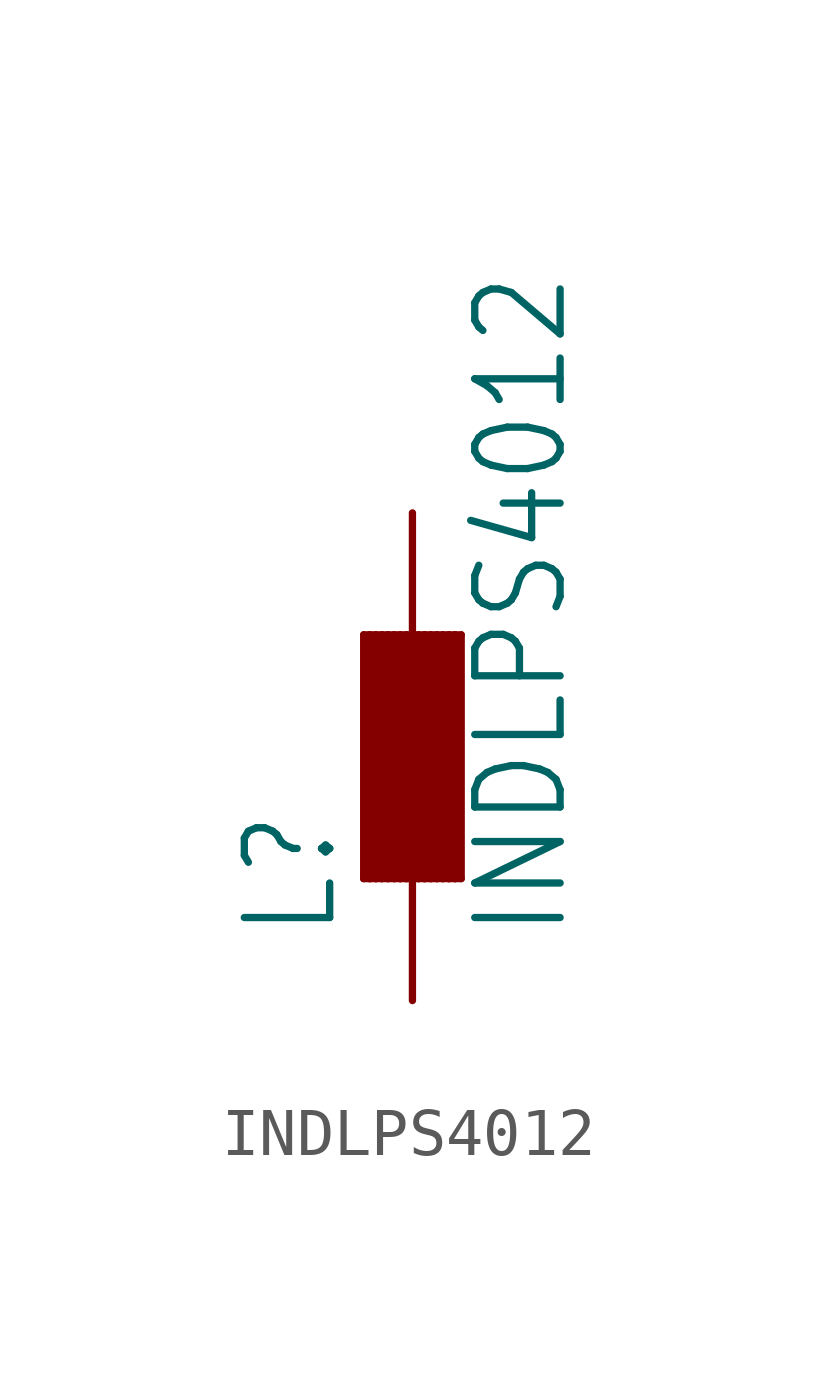
<source format=kicad_sym>
(kicad_symbol_lib
  (version 20211014)
  (generator kicad_symbol_editor)
  (symbol "INDLPS4012"
    (property "Reference" "L"
      (at -1.499 -3.81 90)
      (effects (font (size 1.778 1.511)) (justify left bottom)))
    (property "Value" "INDLPS4012"
      (at 3.302 -3.81 90)
      (effects (font (size 1.778 1.511)) (justify left bottom)))
    (property "ki_locked" ""
      (at 0 0 0)
      (effects (font (size 1.27 1.27))))
    (symbol "INDLPS4012_1_0"
      (polyline (pts (xy -1.016 2.54) (xy -1.016 -2.54)) (stroke (width 0.152) (type default) (color 0 0 0 0)) (fill (type none)))
      (polyline (pts (xy -1.016 2.54) (xy -0.889 2.54)) (stroke (width 0.152) (type default) (color 0 0 0 0)) (fill (type none)))
      (polyline (pts (xy -0.889 -2.54) (xy -1.016 -2.54)) (stroke (width 0.152) (type default) (color 0 0 0 0)) (fill (type none)))
      (polyline (pts (xy -0.889 2.54) (xy -0.889 -2.54)) (stroke (width 0.152) (type default) (color 0 0 0 0)) (fill (type none)))
      (polyline (pts (xy -0.889 2.54) (xy -0.762 2.54)) (stroke (width 0.152) (type default) (color 0 0 0 0)) (fill (type none)))
      (polyline (pts (xy -0.762 -2.54) (xy -0.889 -2.54)) (stroke (width 0.152) (type default) (color 0 0 0 0)) (fill (type none)))
      (polyline (pts (xy -0.762 2.54) (xy -0.762 -2.54)) (stroke (width 0.152) (type default) (color 0 0 0 0)) (fill (type none)))
      (polyline (pts (xy -0.762 2.54) (xy -0.635 2.54)) (stroke (width 0.152) (type default) (color 0 0 0 0)) (fill (type none)))
      (polyline (pts (xy -0.635 -2.54) (xy -0.762 -2.54)) (stroke (width 0.152) (type default) (color 0 0 0 0)) (fill (type none)))
      (polyline (pts (xy -0.635 2.54) (xy -0.635 -2.54)) (stroke (width 0.152) (type default) (color 0 0 0 0)) (fill (type none)))
      (polyline (pts (xy -0.635 2.54) (xy -0.508 2.54)) (stroke (width 0.152) (type default) (color 0 0 0 0)) (fill (type none)))
      (polyline (pts (xy -0.508 -2.54) (xy -0.635 -2.54)) (stroke (width 0.152) (type default) (color 0 0 0 0)) (fill (type none)))
      (polyline (pts (xy -0.508 2.54) (xy -0.508 -2.54)) (stroke (width 0.152) (type default) (color 0 0 0 0)) (fill (type none)))
      (polyline (pts (xy -0.508 2.54) (xy -0.381 2.54)) (stroke (width 0.152) (type default) (color 0 0 0 0)) (fill (type none)))
      (polyline (pts (xy -0.381 -2.54) (xy -0.508 -2.54)) (stroke (width 0.152) (type default) (color 0 0 0 0)) (fill (type none)))
      (polyline (pts (xy -0.381 2.54) (xy -0.381 -2.54)) (stroke (width 0.152) (type default) (color 0 0 0 0)) (fill (type none)))
      (polyline (pts (xy -0.381 2.54) (xy -0.254 2.54)) (stroke (width 0.152) (type default) (color 0 0 0 0)) (fill (type none)))
      (polyline (pts (xy -0.254 -2.54) (xy -0.381 -2.54)) (stroke (width 0.152) (type default) (color 0 0 0 0)) (fill (type none)))
      (polyline (pts (xy -0.254 2.54) (xy -0.254 -2.54)) (stroke (width 0.152) (type default) (color 0 0 0 0)) (fill (type none)))
      (polyline (pts (xy -0.254 2.54) (xy -0.127 2.54)) (stroke (width 0.152) (type default) (color 0 0 0 0)) (fill (type none)))
      (polyline (pts (xy -0.127 -2.54) (xy -0.254 -2.54)) (stroke (width 0.152) (type default) (color 0 0 0 0)) (fill (type none)))
      (polyline (pts (xy -0.127 2.54) (xy -0.127 -2.54)) (stroke (width 0.152) (type default) (color 0 0 0 0)) (fill (type none)))
      (polyline (pts (xy -0.127 2.54) (xy 0 2.54)) (stroke (width 0.152) (type default) (color 0 0 0 0)) (fill (type none)))
      (polyline (pts (xy 0 -2.54) (xy -0.127 -2.54)) (stroke (width 0.152) (type default) (color 0 0 0 0)) (fill (type none)))
      (polyline (pts (xy 0 2.54) (xy 0 -2.54)) (stroke (width 0.152) (type default) (color 0 0 0 0)) (fill (type none)))
      (polyline (pts (xy 0 2.54) (xy 0.127 2.54)) (stroke (width 0.152) (type default) (color 0 0 0 0)) (fill (type none)))
      (polyline (pts (xy 0.127 -2.54) (xy 0 -2.54)) (stroke (width 0.152) (type default) (color 0 0 0 0)) (fill (type none)))
      (polyline (pts (xy 0.127 2.54) (xy 0.127 -2.54)) (stroke (width 0.152) (type default) (color 0 0 0 0)) (fill (type none)))
      (polyline (pts (xy 0.127 2.54) (xy 0.254 2.54)) (stroke (width 0.152) (type default) (color 0 0 0 0)) (fill (type none)))
      (polyline (pts (xy 0.254 -2.54) (xy 0.127 -2.54)) (stroke (width 0.152) (type default) (color 0 0 0 0)) (fill (type none)))
      (polyline (pts (xy 0.254 2.54) (xy 0.254 -2.54)) (stroke (width 0.152) (type default) (color 0 0 0 0)) (fill (type none)))
      (polyline (pts (xy 0.254 2.54) (xy 0.381 2.54)) (stroke (width 0.152) (type default) (color 0 0 0 0)) (fill (type none)))
      (polyline (pts (xy 0.381 -2.54) (xy 0.254 -2.54)) (stroke (width 0.152) (type default) (color 0 0 0 0)) (fill (type none)))
      (polyline (pts (xy 0.381 2.54) (xy 0.381 -2.54)) (stroke (width 0.152) (type default) (color 0 0 0 0)) (fill (type none)))
      (polyline (pts (xy 0.381 2.54) (xy 0.508 2.54)) (stroke (width 0.152) (type default) (color 0 0 0 0)) (fill (type none)))
      (polyline (pts (xy 0.508 -2.54) (xy 0.381 -2.54)) (stroke (width 0.152) (type default) (color 0 0 0 0)) (fill (type none)))
      (polyline (pts (xy 0.508 2.54) (xy 0.508 -2.54)) (stroke (width 0.152) (type default) (color 0 0 0 0)) (fill (type none)))
      (polyline (pts (xy 0.508 2.54) (xy 0.635 2.54)) (stroke (width 0.152) (type default) (color 0 0 0 0)) (fill (type none)))
      (polyline (pts (xy 0.635 -2.54) (xy 0.508 -2.54)) (stroke (width 0.152) (type default) (color 0 0 0 0)) (fill (type none)))
      (polyline (pts (xy 0.635 2.54) (xy 0.635 -2.54)) (stroke (width 0.152) (type default) (color 0 0 0 0)) (fill (type none)))
      (polyline (pts (xy 0.635 2.54) (xy 0.762 2.54)) (stroke (width 0.152) (type default) (color 0 0 0 0)) (fill (type none)))
      (polyline (pts (xy 0.762 -2.54) (xy 0.635 -2.54)) (stroke (width 0.152) (type default) (color 0 0 0 0)) (fill (type none)))
      (polyline (pts (xy 0.762 2.54) (xy 0.762 -2.54)) (stroke (width 0.152) (type default) (color 0 0 0 0)) (fill (type none)))
      (polyline (pts (xy 0.762 2.54) (xy 0.889 2.54)) (stroke (width 0.152) (type default) (color 0 0 0 0)) (fill (type none)))
      (polyline (pts (xy 0.889 -2.54) (xy 0.762 -2.54)) (stroke (width 0.152) (type default) (color 0 0 0 0)) (fill (type none)))
      (polyline (pts (xy 0.889 2.54) (xy 0.889 -2.54)) (stroke (width 0.152) (type default) (color 0 0 0 0)) (fill (type none)))
      (polyline (pts (xy 0.889 2.54) (xy 1.016 2.54)) (stroke (width 0.152) (type default) (color 0 0 0 0)) (fill (type none)))
      (polyline (pts (xy 1.016 -2.54) (xy 0.889 -2.54)) (stroke (width 0.152) (type default) (color 0 0 0 0)) (fill (type none)))
      (polyline (pts (xy 1.016 2.54) (xy 1.016 -2.54)) (stroke (width 0.152) (type default) (color 0 0 0 0)) (fill (type none)))
      (pin passive line (at 0 5.08 270) (length 2.54) (name "1" (effects (font (size 0 0)))) (number "1" (effects (font (size 0 0)))))
      (pin passive line (at 0 -5.08 90) (length 2.54) (name "2" (effects (font (size 0 0)))) (number "2" (effects (font (size 0 0))))))))
</source>
